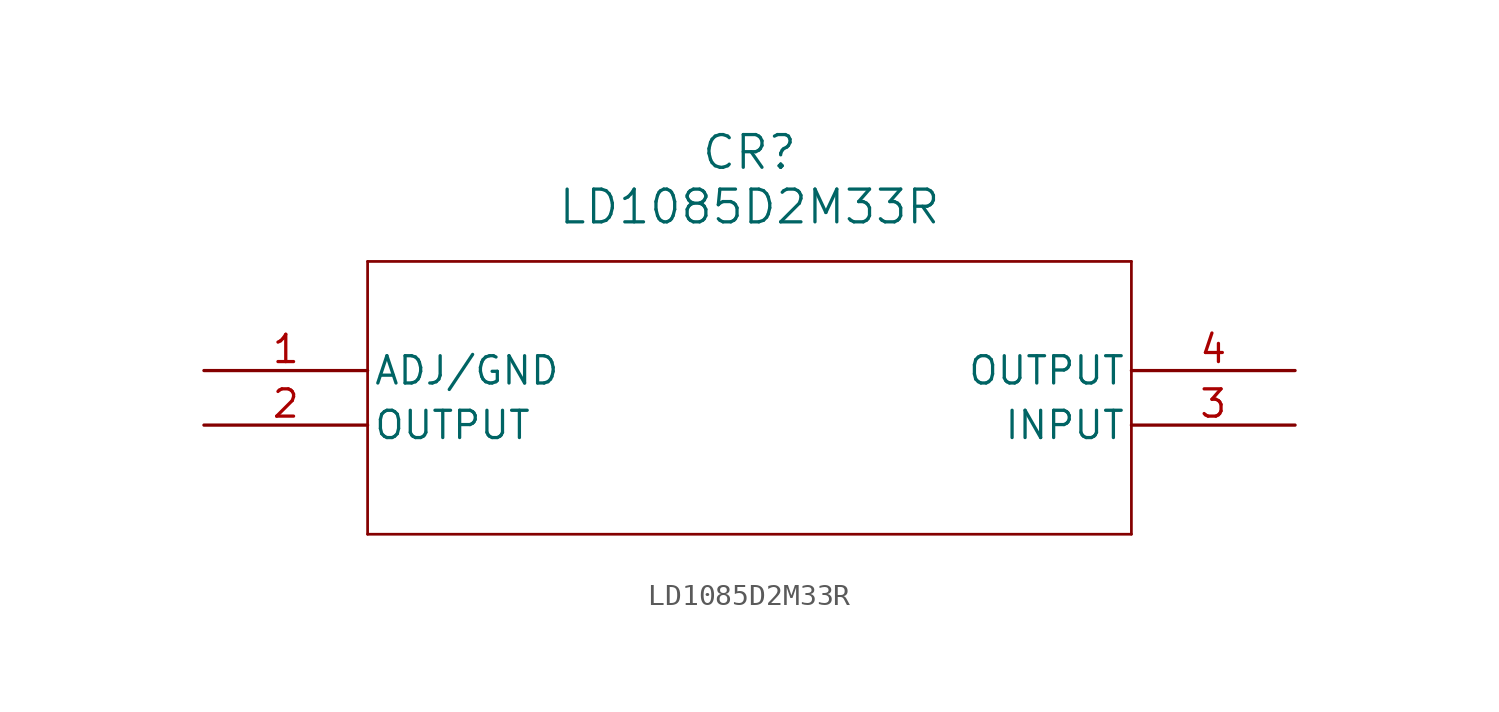
<source format=kicad_sym>
(kicad_symbol_lib
  (version 20211014)
  (generator kicad_symbol_editor)
  (symbol "LD1085D2M33R"
    (pin_names
      (offset 0.254))
    (property "Reference" "CR"
      (at 25.4 10.16 0)
      (effects (font (size 1.524 1.524))))
    (property "Value" "LD1085D2M33R"
      (at 25.4 7.62 0)
      (effects (font (size 1.524 1.524))))
    (symbol "LD1085D2M33R_0_1"
      (polyline (pts (xy 7.62 5.08) (xy 7.62 -7.62)) (stroke (width 0.127) (type default) (color 0 0 0 0)) (fill (type none)))
      (polyline (pts (xy 7.62 -7.62) (xy 43.18 -7.62)) (stroke (width 0.127) (type default) (color 0 0 0 0)) (fill (type none)))
      (polyline (pts (xy 43.18 -7.62) (xy 43.18 5.08)) (stroke (width 0.127) (type default) (color 0 0 0 0)) (fill (type none)))
      (polyline (pts (xy 43.18 5.08) (xy 7.62 5.08)) (stroke (width 0.127) (type default) (color 0 0 0 0)) (fill (type none)))
      (pin power_out line (at 0 0 0) (length 7.62) (name "ADJ/GND" (effects (font (size 1.27 1.27)))) (number "1" (effects (font (size 1.27 1.27)))))
      (pin output line (at 0 -2.54 0) (length 7.62) (name "OUTPUT" (effects (font (size 1.27 1.27)))) (number "2" (effects (font (size 1.27 1.27)))))
      (pin input line (at 50.8 -2.54 180) (length 7.62) (name "INPUT" (effects (font (size 1.27 1.27)))) (number "3" (effects (font (size 1.27 1.27)))))
      (pin output line (at 50.8 0 180) (length 7.62) (name "OUTPUT" (effects (font (size 1.27 1.27)))) (number "4" (effects (font (size 1.27 1.27))))))))
</source>
